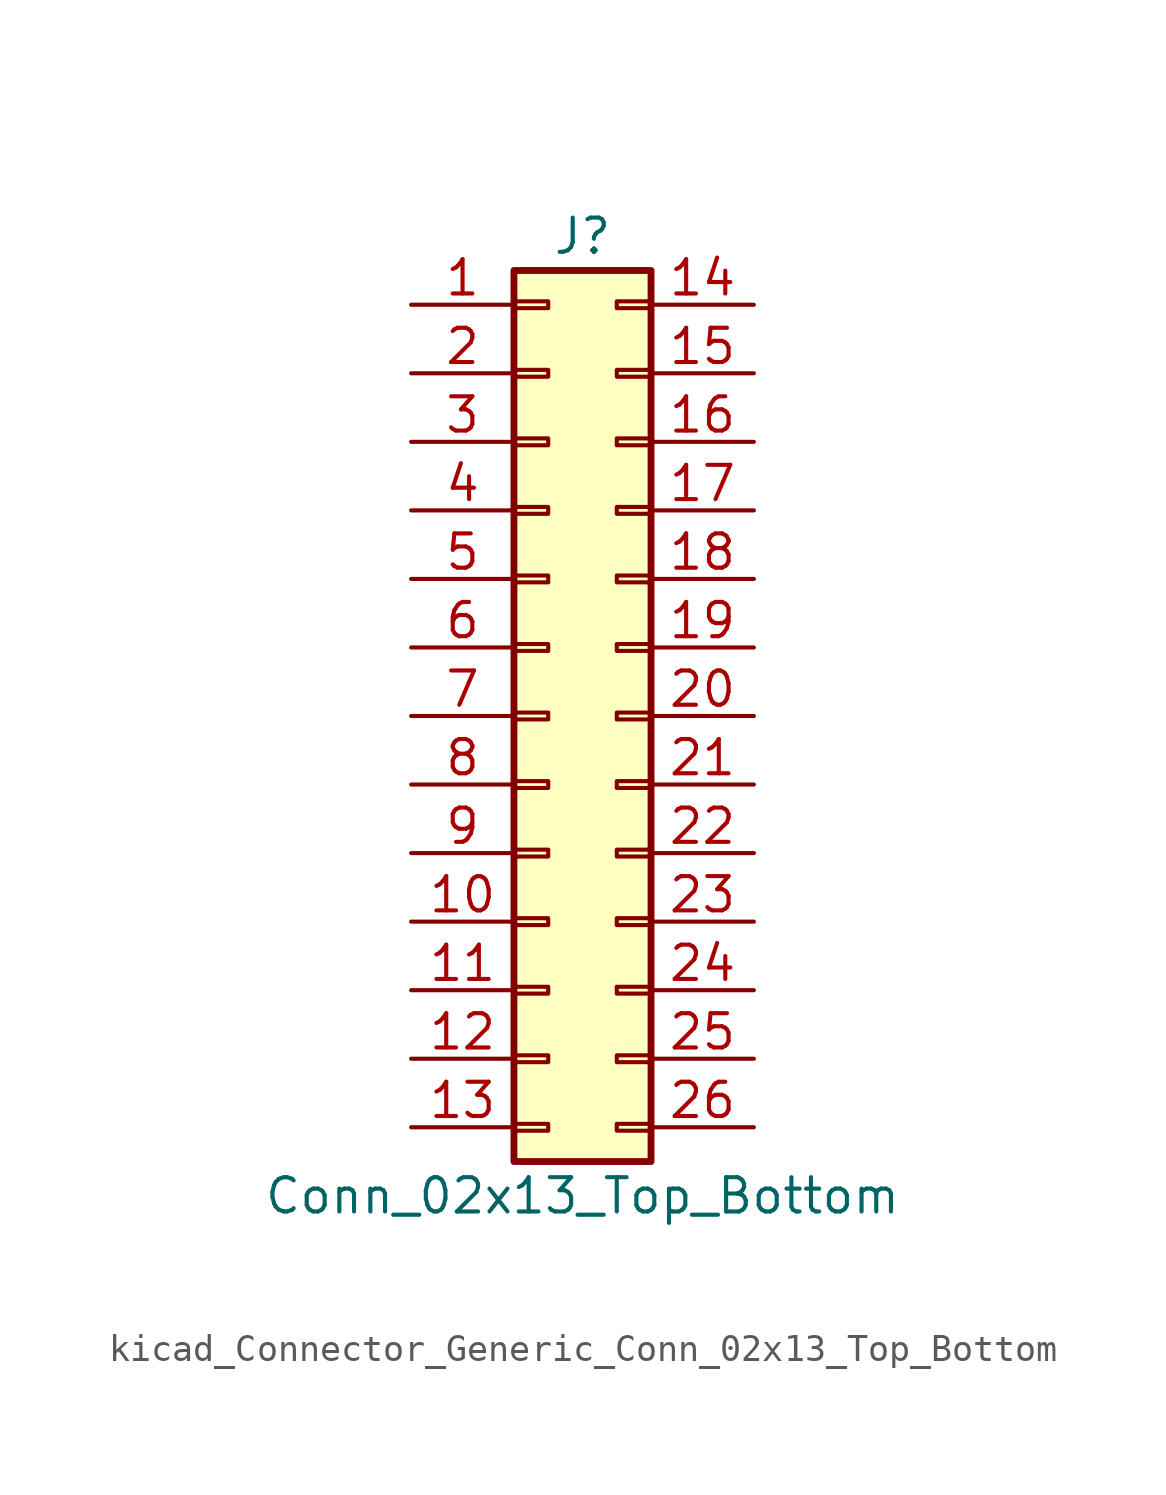
<source format=kicad_sym>
(kicad_symbol_lib
  (version 20220914)
  (generator kicad_symbol_editor)
  (symbol "kicad_Connector_Generic_Conn_02x13_Top_Bottom"
    (pin_names
      (offset 1.016) hide)
    (property "Reference" "J"
      (at 1.27 17.78 0)
      (effects (font (size 1.27 1.27))))
    (property "Value" "Conn_02x13_Top_Bottom"
      (at 1.27 -17.78 0)
      (effects (font (size 1.27 1.27))))
    (symbol "kicad_Connector_Generic_Conn_02x13_Top_Bottom_1_1"
      (rectangle (start -1.27 -15.113) (end 0 -15.367) (stroke (width 0.152) (type default)) (fill (type none)))
      (rectangle (start -1.27 -12.573) (end 0 -12.827) (stroke (width 0.152) (type default)) (fill (type none)))
      (rectangle (start -1.27 -10.033) (end 0 -10.287) (stroke (width 0.152) (type default)) (fill (type none)))
      (rectangle (start -1.27 -7.493) (end 0 -7.747) (stroke (width 0.152) (type default)) (fill (type none)))
      (rectangle (start -1.27 -4.953) (end 0 -5.207) (stroke (width 0.152) (type default)) (fill (type none)))
      (rectangle (start -1.27 -2.413) (end 0 -2.667) (stroke (width 0.152) (type default)) (fill (type none)))
      (rectangle (start -1.27 0.127) (end 0 -0.127) (stroke (width 0.152) (type default)) (fill (type none)))
      (rectangle (start -1.27 2.667) (end 0 2.413) (stroke (width 0.152) (type default)) (fill (type none)))
      (rectangle (start -1.27 5.207) (end 0 4.953) (stroke (width 0.152) (type default)) (fill (type none)))
      (rectangle (start -1.27 7.747) (end 0 7.493) (stroke (width 0.152) (type default)) (fill (type none)))
      (rectangle (start -1.27 10.287) (end 0 10.033) (stroke (width 0.152) (type default)) (fill (type none)))
      (rectangle (start -1.27 12.827) (end 0 12.573) (stroke (width 0.152) (type default)) (fill (type none)))
      (rectangle (start -1.27 15.367) (end 0 15.113) (stroke (width 0.152) (type default)) (fill (type none)))
      (rectangle (start -1.27 16.51) (end 3.81 -16.51) (stroke (width 0.254) (type default)) (fill (type background)))
      (rectangle (start 3.81 -15.113) (end 2.54 -15.367) (stroke (width 0.152) (type default)) (fill (type none)))
      (rectangle (start 3.81 -12.573) (end 2.54 -12.827) (stroke (width 0.152) (type default)) (fill (type none)))
      (rectangle (start 3.81 -10.033) (end 2.54 -10.287) (stroke (width 0.152) (type default)) (fill (type none)))
      (rectangle (start 3.81 -7.493) (end 2.54 -7.747) (stroke (width 0.152) (type default)) (fill (type none)))
      (rectangle (start 3.81 -4.953) (end 2.54 -5.207) (stroke (width 0.152) (type default)) (fill (type none)))
      (rectangle (start 3.81 -2.413) (end 2.54 -2.667) (stroke (width 0.152) (type default)) (fill (type none)))
      (rectangle (start 3.81 0.127) (end 2.54 -0.127) (stroke (width 0.152) (type default)) (fill (type none)))
      (rectangle (start 3.81 2.667) (end 2.54 2.413) (stroke (width 0.152) (type default)) (fill (type none)))
      (rectangle (start 3.81 5.207) (end 2.54 4.953) (stroke (width 0.152) (type default)) (fill (type none)))
      (rectangle (start 3.81 7.747) (end 2.54 7.493) (stroke (width 0.152) (type default)) (fill (type none)))
      (rectangle (start 3.81 10.287) (end 2.54 10.033) (stroke (width 0.152) (type default)) (fill (type none)))
      (rectangle (start 3.81 12.827) (end 2.54 12.573) (stroke (width 0.152) (type default)) (fill (type none)))
      (rectangle (start 3.81 15.367) (end 2.54 15.113) (stroke (width 0.152) (type default)) (fill (type none)))
      (pin passive line (at -5.08 15.24 0) (length 3.81) (name "Pin_1" (effects (font (size 1.27 1.27)))) (number "1" (effects (font (size 1.27 1.27)))))
      (pin passive line (at -5.08 -7.62 0) (length 3.81) (name "Pin_10" (effects (font (size 1.27 1.27)))) (number "10" (effects (font (size 1.27 1.27)))))
      (pin passive line (at -5.08 -10.16 0) (length 3.81) (name "Pin_11" (effects (font (size 1.27 1.27)))) (number "11" (effects (font (size 1.27 1.27)))))
      (pin passive line (at -5.08 -12.7 0) (length 3.81) (name "Pin_12" (effects (font (size 1.27 1.27)))) (number "12" (effects (font (size 1.27 1.27)))))
      (pin passive line (at -5.08 -15.24 0) (length 3.81) (name "Pin_13" (effects (font (size 1.27 1.27)))) (number "13" (effects (font (size 1.27 1.27)))))
      (pin passive line (at 7.62 15.24 180) (length 3.81) (name "Pin_14" (effects (font (size 1.27 1.27)))) (number "14" (effects (font (size 1.27 1.27)))))
      (pin passive line (at 7.62 12.7 180) (length 3.81) (name "Pin_15" (effects (font (size 1.27 1.27)))) (number "15" (effects (font (size 1.27 1.27)))))
      (pin passive line (at 7.62 10.16 180) (length 3.81) (name "Pin_16" (effects (font (size 1.27 1.27)))) (number "16" (effects (font (size 1.27 1.27)))))
      (pin passive line (at 7.62 7.62 180) (length 3.81) (name "Pin_17" (effects (font (size 1.27 1.27)))) (number "17" (effects (font (size 1.27 1.27)))))
      (pin passive line (at 7.62 5.08 180) (length 3.81) (name "Pin_18" (effects (font (size 1.27 1.27)))) (number "18" (effects (font (size 1.27 1.27)))))
      (pin passive line (at 7.62 2.54 180) (length 3.81) (name "Pin_19" (effects (font (size 1.27 1.27)))) (number "19" (effects (font (size 1.27 1.27)))))
      (pin passive line (at -5.08 12.7 0) (length 3.81) (name "Pin_2" (effects (font (size 1.27 1.27)))) (number "2" (effects (font (size 1.27 1.27)))))
      (pin passive line (at 7.62 0 180) (length 3.81) (name "Pin_20" (effects (font (size 1.27 1.27)))) (number "20" (effects (font (size 1.27 1.27)))))
      (pin passive line (at 7.62 -2.54 180) (length 3.81) (name "Pin_21" (effects (font (size 1.27 1.27)))) (number "21" (effects (font (size 1.27 1.27)))))
      (pin passive line (at 7.62 -5.08 180) (length 3.81) (name "Pin_22" (effects (font (size 1.27 1.27)))) (number "22" (effects (font (size 1.27 1.27)))))
      (pin passive line (at 7.62 -7.62 180) (length 3.81) (name "Pin_23" (effects (font (size 1.27 1.27)))) (number "23" (effects (font (size 1.27 1.27)))))
      (pin passive line (at 7.62 -10.16 180) (length 3.81) (name "Pin_24" (effects (font (size 1.27 1.27)))) (number "24" (effects (font (size 1.27 1.27)))))
      (pin passive line (at 7.62 -12.7 180) (length 3.81) (name "Pin_25" (effects (font (size 1.27 1.27)))) (number "25" (effects (font (size 1.27 1.27)))))
      (pin passive line (at 7.62 -15.24 180) (length 3.81) (name "Pin_26" (effects (font (size 1.27 1.27)))) (number "26" (effects (font (size 1.27 1.27)))))
      (pin passive line (at -5.08 10.16 0) (length 3.81) (name "Pin_3" (effects (font (size 1.27 1.27)))) (number "3" (effects (font (size 1.27 1.27)))))
      (pin passive line (at -5.08 7.62 0) (length 3.81) (name "Pin_4" (effects (font (size 1.27 1.27)))) (number "4" (effects (font (size 1.27 1.27)))))
      (pin passive line (at -5.08 5.08 0) (length 3.81) (name "Pin_5" (effects (font (size 1.27 1.27)))) (number "5" (effects (font (size 1.27 1.27)))))
      (pin passive line (at -5.08 2.54 0) (length 3.81) (name "Pin_6" (effects (font (size 1.27 1.27)))) (number "6" (effects (font (size 1.27 1.27)))))
      (pin passive line (at -5.08 0 0) (length 3.81) (name "Pin_7" (effects (font (size 1.27 1.27)))) (number "7" (effects (font (size 1.27 1.27)))))
      (pin passive line (at -5.08 -2.54 0) (length 3.81) (name "Pin_8" (effects (font (size 1.27 1.27)))) (number "8" (effects (font (size 1.27 1.27)))))
      (pin passive line (at -5.08 -5.08 0) (length 3.81) (name "Pin_9" (effects (font (size 1.27 1.27)))) (number "9" (effects (font (size 1.27 1.27))))))))
</source>
